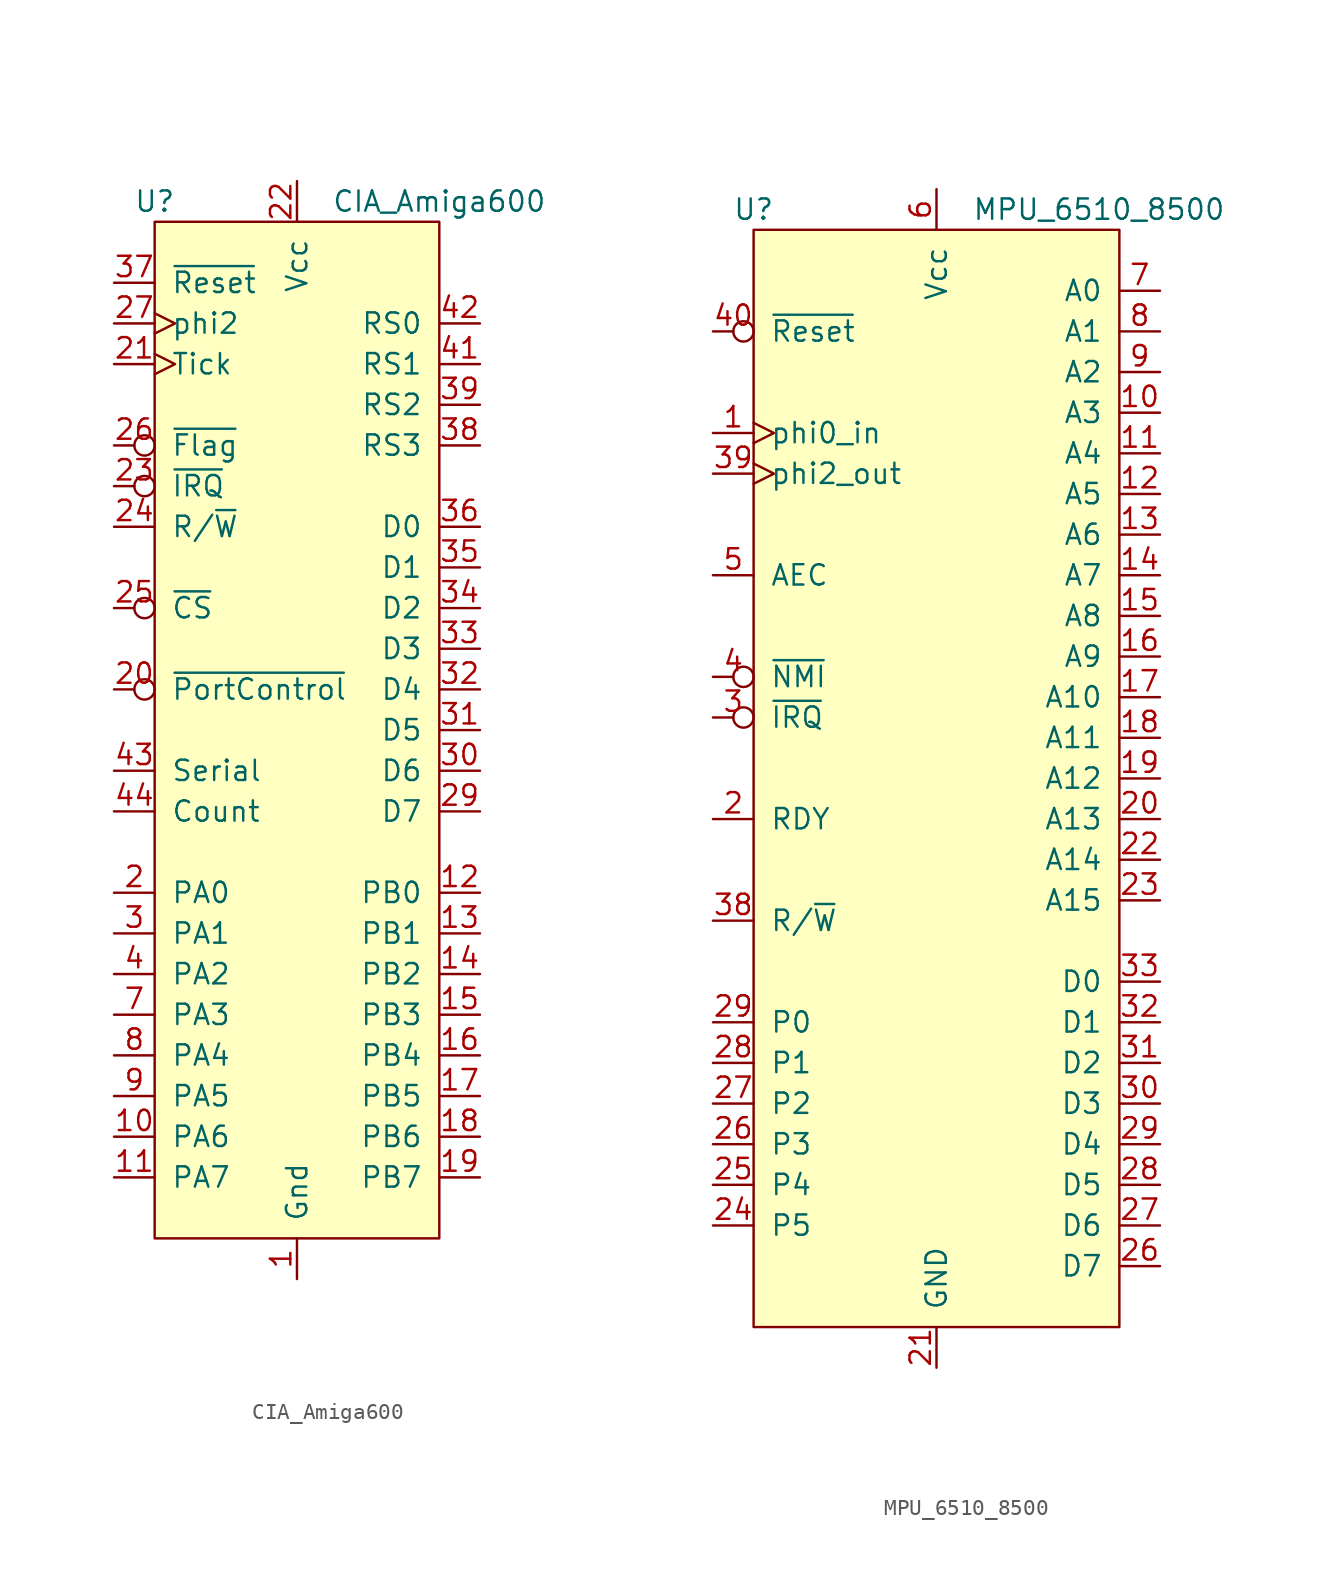
<source format=kicad_sym>
(kicad_symbol_lib
  (version 20201005)
  (generator kicad_symbol_editor)
  (symbol "C64:CIA_Amiga600"
    (pin_names
      (offset 1.016))
    (property "Reference" "U"
      (at -8.89 33.02 0)
      (effects (font (size 1.27 1.27))))
    (property "Value" "CIA_Amiga600"
      (at 8.89 33.02 0)
      (effects (font (size 1.27 1.27))))
    (symbol "CIA_Amiga600_0_1"
      (rectangle (start -8.89 -31.75) (end 8.89 31.75) (stroke (width 0)) (fill (type background))))
    (symbol "CIA_Amiga600_1_1"
      (pin power_in line (at 0 -34.29 90) (length 2.54) (name "Gnd" (effects (font (size 1.27 1.27)))) (number "1" (effects (font (size 1.27 1.27)))))
      (pin bidirectional line (at -11.43 -25.4 0) (length 2.54) (name "PA6" (effects (font (size 1.27 1.27)))) (number "10" (effects (font (size 1.27 1.27)))))
      (pin bidirectional line (at -11.43 -27.94 0) (length 2.54) (name "PA7" (effects (font (size 1.27 1.27)))) (number "11" (effects (font (size 1.27 1.27)))))
      (pin bidirectional line (at 11.43 -10.16 180) (length 2.54) (name "PB0" (effects (font (size 1.27 1.27)))) (number "12" (effects (font (size 1.27 1.27)))))
      (pin bidirectional line (at 11.43 -12.7 180) (length 2.54) (name "PB1" (effects (font (size 1.27 1.27)))) (number "13" (effects (font (size 1.27 1.27)))))
      (pin bidirectional line (at 11.43 -15.24 180) (length 2.54) (name "PB2" (effects (font (size 1.27 1.27)))) (number "14" (effects (font (size 1.27 1.27)))))
      (pin bidirectional line (at 11.43 -17.78 180) (length 2.54) (name "PB3" (effects (font (size 1.27 1.27)))) (number "15" (effects (font (size 1.27 1.27)))))
      (pin bidirectional line (at 11.43 -20.32 180) (length 2.54) (name "PB4" (effects (font (size 1.27 1.27)))) (number "16" (effects (font (size 1.27 1.27)))))
      (pin bidirectional line (at 11.43 -22.86 180) (length 2.54) (name "PB5" (effects (font (size 1.27 1.27)))) (number "17" (effects (font (size 1.27 1.27)))))
      (pin bidirectional line (at 11.43 -25.4 180) (length 2.54) (name "PB6" (effects (font (size 1.27 1.27)))) (number "18" (effects (font (size 1.27 1.27)))))
      (pin bidirectional line (at 11.43 -27.94 180) (length 2.54) (name "PB7" (effects (font (size 1.27 1.27)))) (number "19" (effects (font (size 1.27 1.27)))))
      (pin bidirectional line (at -11.43 -10.16 0) (length 2.54) (name "PA0" (effects (font (size 1.27 1.27)))) (number "2" (effects (font (size 1.27 1.27)))))
      (pin output inverted (at -11.43 2.54 0) (length 2.54) (name "~PortControl" (effects (font (size 1.27 1.27)))) (number "20" (effects (font (size 1.27 1.27)))))
      (pin input clock (at -11.43 22.86 0) (length 2.54) (name "Tick" (effects (font (size 1.27 1.27)))) (number "21" (effects (font (size 1.27 1.27)))))
      (pin power_in line (at 0 34.29 270) (length 2.54) (name "Vcc" (effects (font (size 1.27 1.27)))) (number "22" (effects (font (size 1.27 1.27)))))
      (pin output inverted (at -11.43 15.24 0) (length 2.54) (name "~IRQ" (effects (font (size 1.27 1.27)))) (number "23" (effects (font (size 1.27 1.27)))))
      (pin input line (at -11.43 12.7 0) (length 2.54) (name "R/~W" (effects (font (size 1.27 1.27)))) (number "24" (effects (font (size 1.27 1.27)))))
      (pin input inverted (at -11.43 7.62 0) (length 2.54) (name "~CS" (effects (font (size 1.27 1.27)))) (number "25" (effects (font (size 1.27 1.27)))))
      (pin input inverted (at -11.43 17.78 0) (length 2.54) (name "~Flag" (effects (font (size 1.27 1.27)))) (number "26" (effects (font (size 1.27 1.27)))))
      (pin input clock (at -11.43 25.4 0) (length 2.54) (name "phi2" (effects (font (size 1.27 1.27)))) (number "27" (effects (font (size 1.27 1.27)))))
      (pin bidirectional line (at 11.43 -5.08 180) (length 2.54) (name "D7" (effects (font (size 1.27 1.27)))) (number "29" (effects (font (size 1.27 1.27)))))
      (pin bidirectional line (at -11.43 -12.7 0) (length 2.54) (name "PA1" (effects (font (size 1.27 1.27)))) (number "3" (effects (font (size 1.27 1.27)))))
      (pin bidirectional line (at 11.43 -2.54 180) (length 2.54) (name "D6" (effects (font (size 1.27 1.27)))) (number "30" (effects (font (size 1.27 1.27)))))
      (pin bidirectional line (at 11.43 0 180) (length 2.54) (name "D5" (effects (font (size 1.27 1.27)))) (number "31" (effects (font (size 1.27 1.27)))))
      (pin bidirectional line (at 11.43 2.54 180) (length 2.54) (name "D4" (effects (font (size 1.27 1.27)))) (number "32" (effects (font (size 1.27 1.27)))))
      (pin bidirectional line (at 11.43 5.08 180) (length 2.54) (name "D3" (effects (font (size 1.27 1.27)))) (number "33" (effects (font (size 1.27 1.27)))))
      (pin bidirectional line (at 11.43 7.62 180) (length 2.54) (name "D2" (effects (font (size 1.27 1.27)))) (number "34" (effects (font (size 1.27 1.27)))))
      (pin bidirectional line (at 11.43 10.16 180) (length 2.54) (name "D1" (effects (font (size 1.27 1.27)))) (number "35" (effects (font (size 1.27 1.27)))))
      (pin bidirectional line (at 11.43 12.7 180) (length 2.54) (name "D0" (effects (font (size 1.27 1.27)))) (number "36" (effects (font (size 1.27 1.27)))))
      (pin input line (at -11.43 27.94 0) (length 2.54) (name "~Reset" (effects (font (size 1.27 1.27)))) (number "37" (effects (font (size 1.27 1.27)))))
      (pin input line (at 11.43 17.78 180) (length 2.54) (name "RS3" (effects (font (size 1.27 1.27)))) (number "38" (effects (font (size 1.27 1.27)))))
      (pin input line (at 11.43 20.32 180) (length 2.54) (name "RS2" (effects (font (size 1.27 1.27)))) (number "39" (effects (font (size 1.27 1.27)))))
      (pin bidirectional line (at -11.43 -15.24 0) (length 2.54) (name "PA2" (effects (font (size 1.27 1.27)))) (number "4" (effects (font (size 1.27 1.27)))))
      (pin input line (at 11.43 22.86 180) (length 2.54) (name "RS1" (effects (font (size 1.27 1.27)))) (number "41" (effects (font (size 1.27 1.27)))))
      (pin input line (at 11.43 25.4 180) (length 2.54) (name "RS0" (effects (font (size 1.27 1.27)))) (number "42" (effects (font (size 1.27 1.27)))))
      (pin bidirectional line (at -11.43 -2.54 0) (length 2.54) (name "Serial" (effects (font (size 1.27 1.27)))) (number "43" (effects (font (size 1.27 1.27)))))
      (pin bidirectional line (at -11.43 -5.08 0) (length 2.54) (name "Count" (effects (font (size 1.27 1.27)))) (number "44" (effects (font (size 1.27 1.27)))))
      (pin bidirectional line (at -11.43 -17.78 0) (length 2.54) (name "PA3" (effects (font (size 1.27 1.27)))) (number "7" (effects (font (size 1.27 1.27)))))
      (pin bidirectional line (at -11.43 -20.32 0) (length 2.54) (name "PA4" (effects (font (size 1.27 1.27)))) (number "8" (effects (font (size 1.27 1.27)))))
      (pin bidirectional line (at -11.43 -22.86 0) (length 2.54) (name "PA5" (effects (font (size 1.27 1.27)))) (number "9" (effects (font (size 1.27 1.27)))))))
  (symbol "C64:MPU_6510_8500"
    (pin_names
      (offset 1.016))
    (property "Reference" "U"
      (at -11.43 35.56 0)
      (effects (font (size 1.27 1.27))))
    (property "Value" "MPU_6510_8500"
      (at 10.16 35.56 0)
      (effects (font (size 1.27 1.27))))
    (symbol "MPU_6510_8500_0_1"
      (polyline (pts (xy 0 34.29) (xy 8.89 34.29) (xy 11.43 34.29) (xy 11.43 -34.29) (xy -11.43 -34.29) (xy -11.43 34.29) (xy 0 34.29)) (stroke (width 0)) (fill (type background))))
    (symbol "MPU_6510_8500_1_1"
      (pin input clock (at -13.97 21.59 0) (length 2.54) (name "phi0_in" (effects (font (size 1.27 1.27)))) (number "1" (effects (font (size 1.27 1.27)))))
      (pin output line (at 13.97 22.86 180) (length 2.54) (name "A3" (effects (font (size 1.27 1.27)))) (number "10" (effects (font (size 1.27 1.27)))))
      (pin output line (at 13.97 20.32 180) (length 2.54) (name "A4" (effects (font (size 1.27 1.27)))) (number "11" (effects (font (size 1.27 1.27)))))
      (pin output line (at 13.97 17.78 180) (length 2.54) (name "A5" (effects (font (size 1.27 1.27)))) (number "12" (effects (font (size 1.27 1.27)))))
      (pin output line (at 13.97 15.24 180) (length 2.54) (name "A6" (effects (font (size 1.27 1.27)))) (number "13" (effects (font (size 1.27 1.27)))))
      (pin output line (at 13.97 12.7 180) (length 2.54) (name "A7" (effects (font (size 1.27 1.27)))) (number "14" (effects (font (size 1.27 1.27)))))
      (pin output line (at 13.97 10.16 180) (length 2.54) (name "A8" (effects (font (size 1.27 1.27)))) (number "15" (effects (font (size 1.27 1.27)))))
      (pin output line (at 13.97 7.62 180) (length 2.54) (name "A9" (effects (font (size 1.27 1.27)))) (number "16" (effects (font (size 1.27 1.27)))))
      (pin output line (at 13.97 5.08 180) (length 2.54) (name "A10" (effects (font (size 1.27 1.27)))) (number "17" (effects (font (size 1.27 1.27)))))
      (pin output line (at 13.97 2.54 180) (length 2.54) (name "A11" (effects (font (size 1.27 1.27)))) (number "18" (effects (font (size 1.27 1.27)))))
      (pin output line (at 13.97 0 180) (length 2.54) (name "A12" (effects (font (size 1.27 1.27)))) (number "19" (effects (font (size 1.27 1.27)))))
      (pin input line (at -13.97 -2.54 0) (length 2.54) (name "RDY" (effects (font (size 1.27 1.27)))) (number "2" (effects (font (size 1.27 1.27)))))
      (pin output line (at 13.97 -2.54 180) (length 2.54) (name "A13" (effects (font (size 1.27 1.27)))) (number "20" (effects (font (size 1.27 1.27)))))
      (pin power_in line (at 0 -36.83 90) (length 2.54) (name "GND" (effects (font (size 1.27 1.27)))) (number "21" (effects (font (size 1.27 1.27)))))
      (pin output line (at 13.97 -5.08 180) (length 2.54) (name "A14" (effects (font (size 1.27 1.27)))) (number "22" (effects (font (size 1.27 1.27)))))
      (pin output line (at 13.97 -7.62 180) (length 2.54) (name "A15" (effects (font (size 1.27 1.27)))) (number "23" (effects (font (size 1.27 1.27)))))
      (pin tri_state line (at -13.97 -27.94 0) (length 2.54) (name "P5" (effects (font (size 1.27 1.27)))) (number "24" (effects (font (size 1.27 1.27)))))
      (pin tri_state line (at -13.97 -25.4 0) (length 2.54) (name "P4" (effects (font (size 1.27 1.27)))) (number "25" (effects (font (size 1.27 1.27)))))
      (pin bidirectional line (at 13.97 -30.48 180) (length 2.54) (name "D7" (effects (font (size 1.27 1.27)))) (number "26" (effects (font (size 1.27 1.27)))))
      (pin tri_state line (at -13.97 -22.86 0) (length 2.54) (name "P3" (effects (font (size 1.27 1.27)))) (number "26" (effects (font (size 1.27 1.27)))))
      (pin bidirectional line (at 13.97 -27.94 180) (length 2.54) (name "D6" (effects (font (size 1.27 1.27)))) (number "27" (effects (font (size 1.27 1.27)))))
      (pin tri_state line (at -13.97 -20.32 0) (length 2.54) (name "P2" (effects (font (size 1.27 1.27)))) (number "27" (effects (font (size 1.27 1.27)))))
      (pin bidirectional line (at 13.97 -25.4 180) (length 2.54) (name "D5" (effects (font (size 1.27 1.27)))) (number "28" (effects (font (size 1.27 1.27)))))
      (pin tri_state line (at -13.97 -17.78 0) (length 2.54) (name "P1" (effects (font (size 1.27 1.27)))) (number "28" (effects (font (size 1.27 1.27)))))
      (pin bidirectional line (at 13.97 -22.86 180) (length 2.54) (name "D4" (effects (font (size 1.27 1.27)))) (number "29" (effects (font (size 1.27 1.27)))))
      (pin tri_state line (at -13.97 -15.24 0) (length 2.54) (name "P0" (effects (font (size 1.27 1.27)))) (number "29" (effects (font (size 1.27 1.27)))))
      (pin input inverted (at -13.97 3.81 0) (length 2.54) (name "~IRQ~" (effects (font (size 1.27 1.27)))) (number "3" (effects (font (size 1.27 1.27)))))
      (pin bidirectional line (at 13.97 -20.32 180) (length 2.54) (name "D3" (effects (font (size 1.27 1.27)))) (number "30" (effects (font (size 1.27 1.27)))))
      (pin bidirectional line (at 13.97 -17.78 180) (length 2.54) (name "D2" (effects (font (size 1.27 1.27)))) (number "31" (effects (font (size 1.27 1.27)))))
      (pin bidirectional line (at 13.97 -15.24 180) (length 2.54) (name "D1" (effects (font (size 1.27 1.27)))) (number "32" (effects (font (size 1.27 1.27)))))
      (pin bidirectional line (at 13.97 -12.7 180) (length 2.54) (name "D0" (effects (font (size 1.27 1.27)))) (number "33" (effects (font (size 1.27 1.27)))))
      (pin output line (at -13.97 -8.89 0) (length 2.54) (name "R/~W~" (effects (font (size 1.27 1.27)))) (number "38" (effects (font (size 1.27 1.27)))))
      (pin output clock (at -13.97 19.05 0) (length 2.54) (name "phi2_out" (effects (font (size 1.27 1.27)))) (number "39" (effects (font (size 1.27 1.27)))))
      (pin input inverted (at -13.97 6.35 0) (length 2.54) (name "~NMI~" (effects (font (size 1.27 1.27)))) (number "4" (effects (font (size 1.27 1.27)))))
      (pin input inverted (at -13.97 27.94 0) (length 2.54) (name "~Reset~" (effects (font (size 1.27 1.27)))) (number "40" (effects (font (size 1.27 1.27)))))
      (pin input line (at -13.97 12.7 0) (length 2.54) (name "AEC" (effects (font (size 1.27 1.27)))) (number "5" (effects (font (size 1.27 1.27)))))
      (pin power_in line (at 0 36.83 270) (length 2.54) (name "Vcc" (effects (font (size 1.27 1.27)))) (number "6" (effects (font (size 1.27 1.27)))))
      (pin output line (at 13.97 30.48 180) (length 2.54) (name "A0" (effects (font (size 1.27 1.27)))) (number "7" (effects (font (size 1.27 1.27)))))
      (pin output line (at 13.97 27.94 180) (length 2.54) (name "A1" (effects (font (size 1.27 1.27)))) (number "8" (effects (font (size 1.27 1.27)))))
      (pin output line (at 13.97 25.4 180) (length 2.54) (name "A2" (effects (font (size 1.27 1.27)))) (number "9" (effects (font (size 1.27 1.27))))))))
</source>
